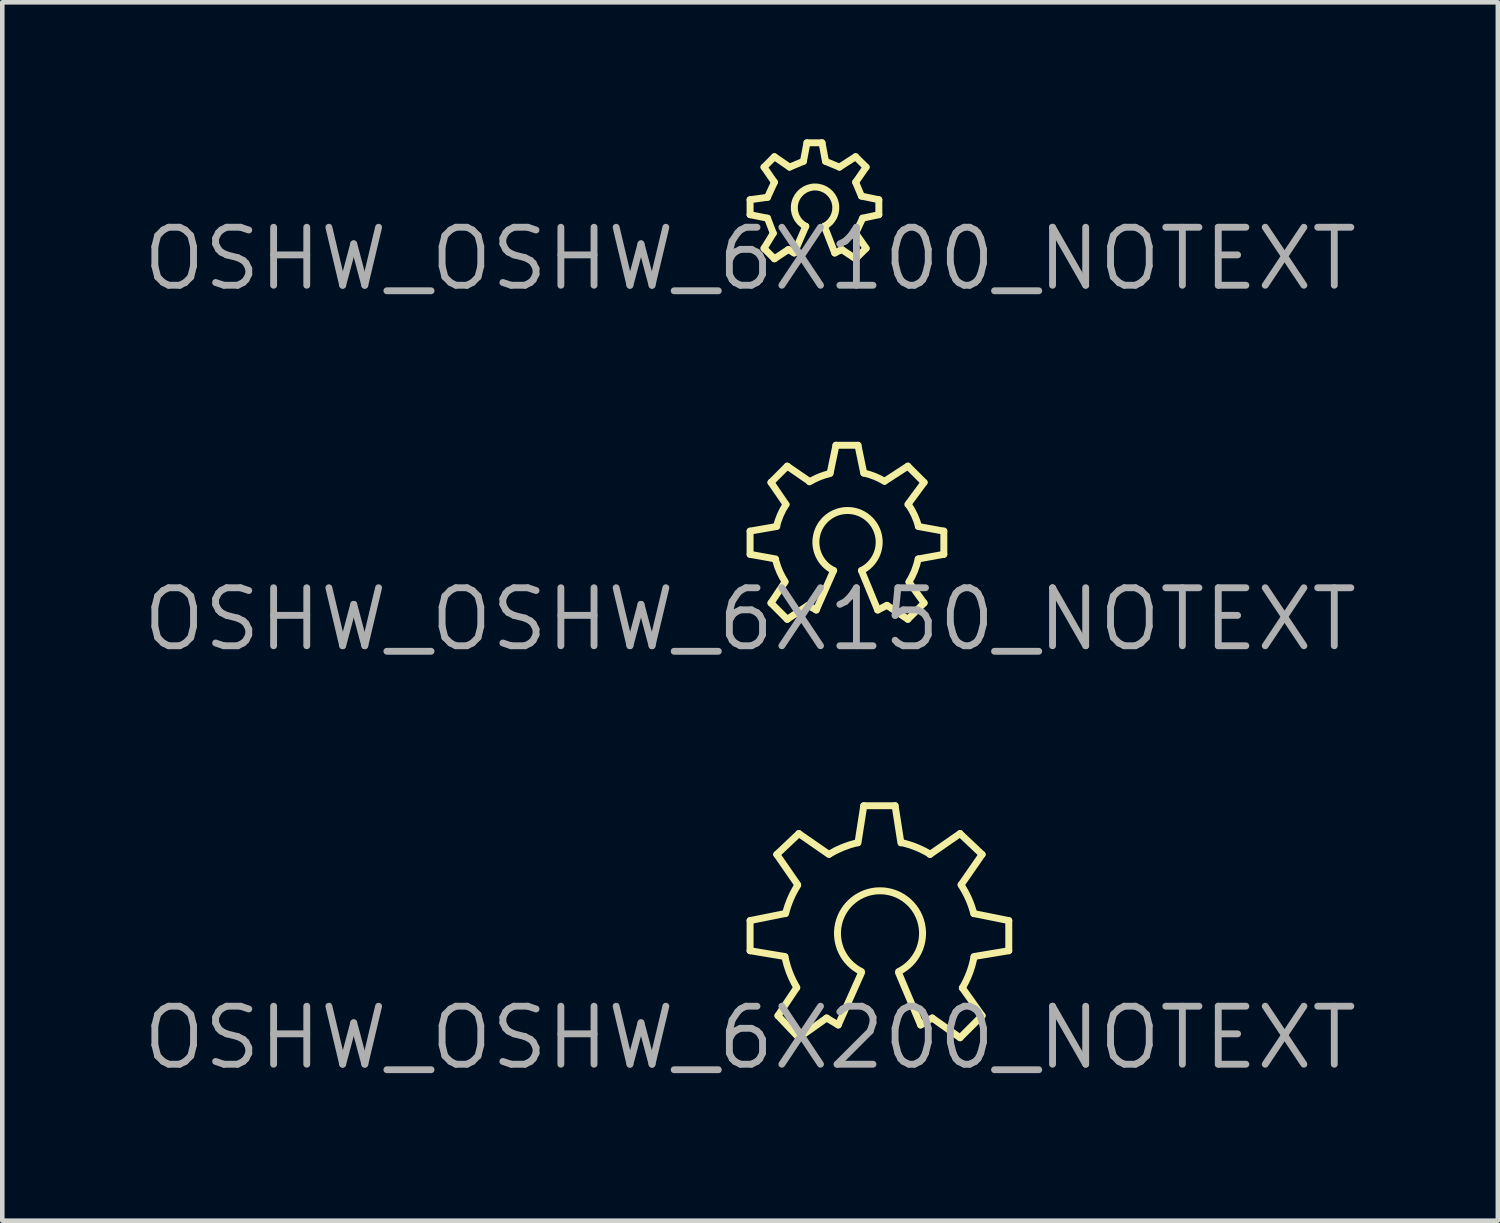
<source format=kicad_pcb>
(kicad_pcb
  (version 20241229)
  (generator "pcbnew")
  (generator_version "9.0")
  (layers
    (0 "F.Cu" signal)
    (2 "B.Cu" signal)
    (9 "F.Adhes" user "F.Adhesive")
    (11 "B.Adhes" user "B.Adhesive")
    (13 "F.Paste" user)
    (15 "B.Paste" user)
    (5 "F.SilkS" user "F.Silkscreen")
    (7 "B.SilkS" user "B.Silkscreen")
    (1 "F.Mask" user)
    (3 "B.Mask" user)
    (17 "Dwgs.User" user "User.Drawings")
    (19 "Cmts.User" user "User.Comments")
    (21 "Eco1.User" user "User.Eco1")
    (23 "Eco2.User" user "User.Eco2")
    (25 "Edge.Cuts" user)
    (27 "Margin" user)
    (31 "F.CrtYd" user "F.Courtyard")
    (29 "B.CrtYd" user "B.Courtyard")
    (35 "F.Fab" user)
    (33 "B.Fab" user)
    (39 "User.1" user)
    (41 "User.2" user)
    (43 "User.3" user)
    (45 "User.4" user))
  (footprint "OSHW_OSHW_6X100_NOTEXT"
    (layer "F.Cu")
    (at 13.373 2.616)
    (property "Reference" "OSHW_OSHW_6X100_NOTEXT" (at 0 0 0) (layer "F.Fab") (effects (font (size 1.27 1.27) (thickness 0.15))))
    (attr exclude_from_pos_files exclude_from_bom)
    (fp_line (start 0 -1.293) (end 0.381 -1.346) (stroke (width 0.152) (type solid)) (layer "F.SilkS"))
    (fp_line (start 0 -0.965) (end 0 -1.293) (stroke (width 0.152) (type solid)) (layer "F.SilkS"))
    (fp_line (start 0.305 -2.007) (end 0.533 -2.235) (stroke (width 0.152) (type solid)) (layer "F.SilkS"))
    (fp_line (start 0.305 -0.229) (end 0.508 -0.559) (stroke (width 0.152) (type solid)) (layer "F.SilkS"))
    (fp_line (start 0.381 -1.346) (end 0.533 -1.676) (stroke (width 0.152) (type solid)) (layer "F.SilkS"))
    (fp_line (start 0.381 -0.889) (end 0 -0.965) (stroke (width 0.152) (type solid)) (layer "F.SilkS"))
    (fp_line (start 0.508 -0.559) (end 0.381 -0.889) (stroke (width 0.152) (type solid)) (layer "F.SilkS"))
    (fp_line (start 0.533 -2.235) (end 0.864 -2.007) (stroke (width 0.152) (type solid)) (layer "F.SilkS"))
    (fp_line (start 0.533 -1.676) (end 0.305 -2.007) (stroke (width 0.152) (type solid)) (layer "F.SilkS"))
    (fp_line (start 0.533 0) (end 0.305 -0.229) (stroke (width 0.152) (type solid)) (layer "F.SilkS"))
    (fp_line (start 0.838 -0.203) (end 0.533 0) (stroke (width 0.152) (type solid)) (layer "F.SilkS"))
    (fp_line (start 0.864 -2.007) (end 1.168 -2.134) (stroke (width 0.152) (type solid)) (layer "F.SilkS"))
    (fp_line (start 0.965 -0.127) (end 0.838 -0.203) (stroke (width 0.152) (type solid)) (layer "F.SilkS"))
    (fp_line (start 1.168 -2.134) (end 1.245 -2.54) (stroke (width 0.152) (type solid)) (layer "F.SilkS"))
    (fp_line (start 1.219 -0.711) (end 0.965 -0.127) (stroke (width 0.152) (type solid)) (layer "F.SilkS"))
    (fp_line (start 1.245 -2.54) (end 1.575 -2.54) (stroke (width 0.152) (type solid)) (layer "F.SilkS"))
    (fp_line (start 1.575 -2.54) (end 1.651 -2.134) (stroke (width 0.152) (type solid)) (layer "F.SilkS"))
    (fp_line (start 1.651 -2.134) (end 1.956 -2.007) (stroke (width 0.152) (type solid)) (layer "F.SilkS"))
    (fp_line (start 1.854 -0.127) (end 1.626 -0.711) (stroke (width 0.152) (type solid)) (layer "F.SilkS"))
    (fp_line (start 1.956 -2.007) (end 2.311 -2.235) (stroke (width 0.152) (type solid)) (layer "F.SilkS"))
    (fp_line (start 2.007 -0.203) (end 1.854 -0.127) (stroke (width 0.152) (type solid)) (layer "F.SilkS"))
    (fp_line (start 2.311 -2.235) (end 2.54 -2.007) (stroke (width 0.152) (type solid)) (layer "F.SilkS"))
    (fp_line (start 2.311 -1.676) (end 2.438 -1.372) (stroke (width 0.152) (type solid)) (layer "F.SilkS"))
    (fp_line (start 2.311 -0.559) (end 2.54 -0.229) (stroke (width 0.152) (type solid)) (layer "F.SilkS"))
    (fp_line (start 2.311 0) (end 2.007 -0.203) (stroke (width 0.152) (type solid)) (layer "F.SilkS"))
    (fp_line (start 2.438 -1.372) (end 2.819 -1.293) (stroke (width 0.152) (type solid)) (layer "F.SilkS"))
    (fp_line (start 2.464 -0.889) (end 2.311 -0.559) (stroke (width 0.152) (type solid)) (layer "F.SilkS"))
    (fp_line (start 2.54 -2.007) (end 2.311 -1.676) (stroke (width 0.152) (type solid)) (layer "F.SilkS"))
    (fp_line (start 2.54 -0.229) (end 2.311 0) (stroke (width 0.152) (type solid)) (layer "F.SilkS"))
    (fp_line (start 2.819 -1.293) (end 2.819 -0.965) (stroke (width 0.152) (type solid)) (layer "F.SilkS"))
    (fp_line (start 2.819 -0.965) (end 2.464 -0.889) (stroke (width 0.152) (type solid)) (layer "F.SilkS"))
    (fp_arc (start 1.2192 -0.7112) (mid 1.422123 -1.571969) (end 1.626096 -0.711448) (stroke (width 0.1524) (type solid)) (layer "F.SilkS")))
  (footprint "OSHW_OSHW_6X200_NOTEXT"
    (layer "F.Cu")
    (at 13.373 19.671)
    (property "Reference" "OSHW_OSHW_6X200_NOTEXT" (at 0 0 0) (layer "F.Fab") (effects (font (size 1.27 1.27) (thickness 0.15))))
    (attr exclude_from_pos_files exclude_from_bom)
    (fp_line (start 0 -2.565) (end 0.762 -2.718) (stroke (width 0.152) (type solid)) (layer "F.SilkS"))
    (fp_line (start 0 -1.905) (end 0 -2.565) (stroke (width 0.152) (type solid)) (layer "F.SilkS"))
    (fp_line (start 0.584 -4.013) (end 1.067 -4.47) (stroke (width 0.152) (type solid)) (layer "F.SilkS"))
    (fp_line (start 0.61 -0.483) (end 1.016 -1.09) (stroke (width 0.152) (type solid)) (layer "F.SilkS"))
    (fp_line (start 0.762 -1.778) (end 0 -1.905) (stroke (width 0.152) (type solid)) (layer "F.SilkS"))
    (fp_line (start 1.041 -3.353) (end 0.584 -4.013) (stroke (width 0.152) (type solid)) (layer "F.SilkS"))
    (fp_line (start 1.067 -4.47) (end 1.727 -4.013) (stroke (width 0.152) (type solid)) (layer "F.SilkS"))
    (fp_line (start 1.067 0) (end 0.61 -0.483) (stroke (width 0.152) (type solid)) (layer "F.SilkS"))
    (fp_line (start 1.676 -0.432) (end 1.067 0) (stroke (width 0.152) (type solid)) (layer "F.SilkS"))
    (fp_line (start 1.93 -0.279) (end 1.676 -0.432) (stroke (width 0.152) (type solid)) (layer "F.SilkS"))
    (fp_line (start 2.362 -4.267) (end 2.489 -5.08) (stroke (width 0.152) (type solid)) (layer "F.SilkS"))
    (fp_line (start 2.438 -1.422) (end 1.93 -0.279) (stroke (width 0.152) (type solid)) (layer "F.SilkS"))
    (fp_line (start 2.489 -5.08) (end 3.175 -5.08) (stroke (width 0.152) (type solid)) (layer "F.SilkS"))
    (fp_line (start 3.175 -5.08) (end 3.302 -4.267) (stroke (width 0.152) (type solid)) (layer "F.SilkS"))
    (fp_line (start 3.734 -0.279) (end 3.251 -1.422) (stroke (width 0.152) (type solid)) (layer "F.SilkS"))
    (fp_line (start 3.937 -4.013) (end 4.597 -4.47) (stroke (width 0.152) (type solid)) (layer "F.SilkS"))
    (fp_line (start 3.988 -0.432) (end 3.734 -0.279) (stroke (width 0.152) (type solid)) (layer "F.SilkS"))
    (fp_line (start 4.597 -4.47) (end 5.08 -4.013) (stroke (width 0.152) (type solid)) (layer "F.SilkS"))
    (fp_line (start 4.597 0) (end 3.988 -0.432) (stroke (width 0.152) (type solid)) (layer "F.SilkS"))
    (fp_line (start 4.648 -1.09) (end 5.08 -0.483) (stroke (width 0.152) (type solid)) (layer "F.SilkS"))
    (fp_line (start 4.902 -2.718) (end 5.664 -2.565) (stroke (width 0.152) (type solid)) (layer "F.SilkS"))
    (fp_line (start 5.08 -4.013) (end 4.623 -3.353) (stroke (width 0.152) (type solid)) (layer "F.SilkS"))
    (fp_line (start 5.08 -0.483) (end 4.597 0) (stroke (width 0.152) (type solid)) (layer "F.SilkS"))
    (fp_line (start 5.664 -2.565) (end 5.664 -1.905) (stroke (width 0.152) (type solid)) (layer "F.SilkS"))
    (fp_line (start 5.664 -1.905) (end 4.902 -1.778) (stroke (width 0.152) (type solid)) (layer "F.SilkS"))
    (fp_arc (start 0.77724 -2.7178) (mid 0.884541 -3.037663) (end 1.041341 -3.336393) (stroke (width 0.1524) (type solid)) (layer "F.SilkS"))
    (fp_arc (start 1.02362 -1.09982) (mid 0.865008 -1.423936) (end 0.763879 -1.77032) (stroke (width 0.1524) (type solid)) (layer "F.SilkS"))
    (fp_arc (start 1.73482 -4.02082) (mid 2.028123 -4.167597) (end 2.340603 -4.267229) (stroke (width 0.1524) (type solid)) (layer "F.SilkS"))
    (fp_arc (start 2.4384 -1.4478) (mid 2.844253 -3.217526) (end 3.252184 -1.448278) (stroke (width 0.1524) (type solid)) (layer "F.SilkS"))
    (fp_arc (start 3.3147 -4.27228) (mid 3.639593 -4.170117) (end 3.943972 -4.017323) (stroke (width 0.1524) (type solid)) (layer "F.SilkS"))
    (fp_arc (start 4.61772 -3.34772) (mid 4.784209 -3.044218) (end 4.897466 -2.717103) (stroke (width 0.1524) (type solid)) (layer "F.SilkS"))
    (fp_arc (start 4.9022 -1.76784) (mid 4.804838 -1.418278) (end 4.647398 -1.091345) (stroke (width 0.1524) (type solid)) (layer "F.SilkS")))
  (footprint "OSHW_OSHW_6X150_NOTEXT"
    (layer "F.Cu")
    (at 13.373 10.509)
    (property "Reference" "OSHW_OSHW_6X150_NOTEXT" (at 0 0 0) (layer "F.Fab") (effects (font (size 1.27 1.27) (thickness 0.15))))
    (attr exclude_from_pos_files exclude_from_bom)
    (fp_line (start 0 -1.93) (end 0.584 -2.032) (stroke (width 0.152) (type solid)) (layer "F.SilkS"))
    (fp_line (start 0 -1.422) (end 0 -1.93) (stroke (width 0.152) (type solid)) (layer "F.SilkS"))
    (fp_line (start 0.457 -2.997) (end 0.813 -3.353) (stroke (width 0.152) (type solid)) (layer "F.SilkS"))
    (fp_line (start 0.457 -0.356) (end 0.762 -0.813) (stroke (width 0.152) (type solid)) (layer "F.SilkS"))
    (fp_line (start 0.559 -1.321) (end 0 -1.422) (stroke (width 0.152) (type solid)) (layer "F.SilkS"))
    (fp_line (start 0.787 -2.515) (end 0.457 -2.997) (stroke (width 0.152) (type solid)) (layer "F.SilkS"))
    (fp_line (start 0.813 -3.353) (end 1.293 -3.023) (stroke (width 0.152) (type solid)) (layer "F.SilkS"))
    (fp_line (start 0.813 0) (end 0.457 -0.356) (stroke (width 0.152) (type solid)) (layer "F.SilkS"))
    (fp_line (start 1.27 -0.305) (end 0.813 0) (stroke (width 0.152) (type solid)) (layer "F.SilkS"))
    (fp_line (start 1.448 -0.203) (end 1.27 -0.305) (stroke (width 0.152) (type solid)) (layer "F.SilkS"))
    (fp_line (start 1.753 -3.2) (end 1.88 -3.81) (stroke (width 0.152) (type solid)) (layer "F.SilkS"))
    (fp_line (start 1.829 -1.067) (end 1.448 -0.203) (stroke (width 0.152) (type solid)) (layer "F.SilkS"))
    (fp_line (start 1.88 -3.81) (end 2.362 -3.81) (stroke (width 0.152) (type solid)) (layer "F.SilkS"))
    (fp_line (start 2.362 -3.81) (end 2.489 -3.2) (stroke (width 0.152) (type solid)) (layer "F.SilkS"))
    (fp_line (start 2.794 -0.203) (end 2.438 -1.067) (stroke (width 0.152) (type solid)) (layer "F.SilkS"))
    (fp_line (start 2.946 -3.023) (end 3.454 -3.353) (stroke (width 0.152) (type solid)) (layer "F.SilkS"))
    (fp_line (start 2.997 -0.305) (end 2.794 -0.203) (stroke (width 0.152) (type solid)) (layer "F.SilkS"))
    (fp_line (start 3.454 -3.353) (end 3.81 -2.997) (stroke (width 0.152) (type solid)) (layer "F.SilkS"))
    (fp_line (start 3.454 0) (end 2.997 -0.305) (stroke (width 0.152) (type solid)) (layer "F.SilkS"))
    (fp_line (start 3.48 -0.813) (end 3.81 -0.356) (stroke (width 0.152) (type solid)) (layer "F.SilkS"))
    (fp_line (start 3.683 -2.032) (end 4.242 -1.93) (stroke (width 0.152) (type solid)) (layer "F.SilkS"))
    (fp_line (start 3.81 -2.997) (end 3.454 -2.515) (stroke (width 0.152) (type solid)) (layer "F.SilkS"))
    (fp_line (start 3.81 -0.356) (end 3.454 0) (stroke (width 0.152) (type solid)) (layer "F.SilkS"))
    (fp_line (start 4.242 -1.93) (end 4.242 -1.422) (stroke (width 0.152) (type solid)) (layer "F.SilkS"))
    (fp_line (start 4.242 -1.422) (end 3.683 -1.321) (stroke (width 0.152) (type solid)) (layer "F.SilkS"))
    (fp_arc (start 0.57912 -2.03708) (mid 0.662808 -2.283227) (end 0.785375 -2.512508) (stroke (width 0.1524) (type solid)) (layer "F.SilkS"))
    (fp_arc (start 0.76708 -0.82296) (mid 0.647979 -1.041429) (end 0.565134 -1.276058) (stroke (width 0.1524) (type solid)) (layer "F.SilkS"))
    (fp_arc (start 1.30048 -3.0099) (mid 1.517433 -3.117671) (end 1.748256 -3.191185) (stroke (width 0.1524) (type solid)) (layer "F.SilkS"))
    (fp_arc (start 1.8288 -1.0668) (mid 2.133545 -2.382036) (end 2.438499 -1.066849) (stroke (width 0.1524) (type solid)) (layer "F.SilkS"))
    (fp_arc (start 2.4892 -3.20294) (mid 2.722588 -3.130236) (end 2.942011 -3.022492) (stroke (width 0.1524) (type solid)) (layer "F.SilkS"))
    (fp_arc (start 3.4671 -2.50952) (mid 3.597605 -2.281592) (end 3.687195 -2.034698) (stroke (width 0.1524) (type solid)) (layer "F.SilkS"))
    (fp_arc (start 3.68046 -1.3208) (mid 3.601058 -1.059744) (end 3.478168 -0.816119) (stroke (width 0.1524) (type solid)) (layer "F.SilkS")))
  (gr_rect
    (start -3 -3)
    (end 29.745 23.677)
    (stroke (width 0.1) (type default))
    (fill no)
    (layer "Edge.Cuts")))
</source>
